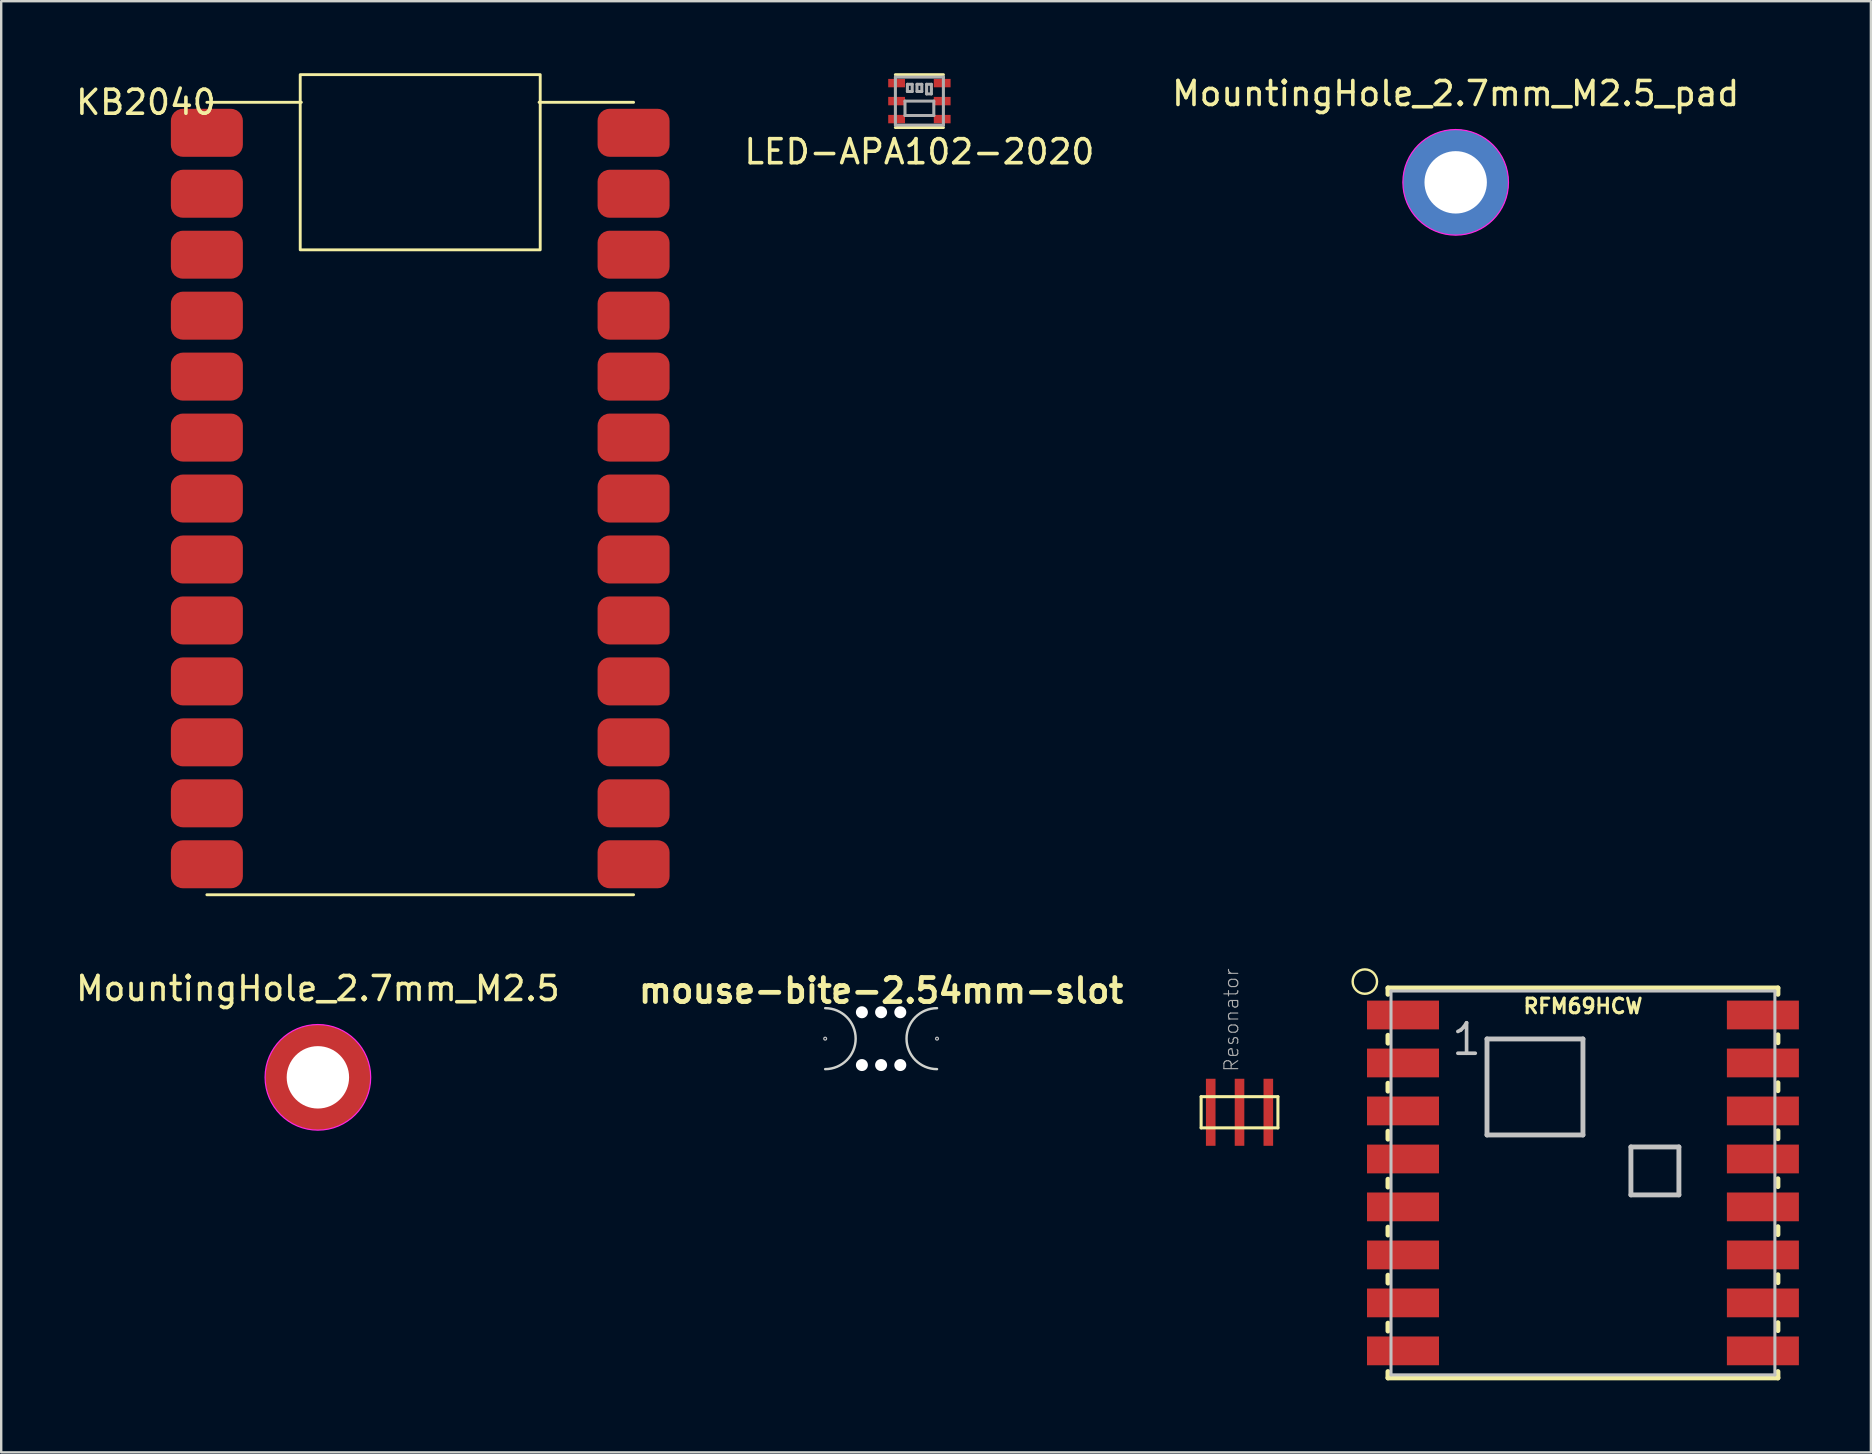
<source format=kicad_pcb>
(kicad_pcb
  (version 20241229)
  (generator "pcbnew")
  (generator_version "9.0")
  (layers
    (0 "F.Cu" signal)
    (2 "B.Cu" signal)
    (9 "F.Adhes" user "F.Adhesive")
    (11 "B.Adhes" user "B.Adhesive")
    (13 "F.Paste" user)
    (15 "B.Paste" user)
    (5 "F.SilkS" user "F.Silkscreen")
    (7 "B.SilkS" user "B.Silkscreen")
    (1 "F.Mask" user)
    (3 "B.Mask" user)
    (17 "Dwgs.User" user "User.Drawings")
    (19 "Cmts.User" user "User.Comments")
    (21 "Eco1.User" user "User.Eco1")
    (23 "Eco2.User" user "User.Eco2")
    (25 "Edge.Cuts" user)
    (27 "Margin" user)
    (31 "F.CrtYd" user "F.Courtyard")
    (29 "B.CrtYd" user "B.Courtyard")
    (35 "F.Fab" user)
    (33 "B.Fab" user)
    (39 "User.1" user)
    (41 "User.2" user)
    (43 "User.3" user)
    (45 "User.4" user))
  (footprint "Resonator"
    (layer "F.Cu")
    (at 48.599 43.297)
    (property "Reference" "Resonator" (at 0 -1.651 90) (layer "F.Fab") (effects (font (size 0.579 0.579) (thickness 0.046)) (justify left bottom)))
    (attr through_hole)
    (fp_line (start -1.6 -0.65) (end 1.6 -0.65) (stroke (width 0.127) (type solid)) (layer "F.SilkS"))
    (fp_line (start -1.6 0.65) (end -1.6 -0.65) (stroke (width 0.127) (type solid)) (layer "F.SilkS"))
    (fp_line (start 1.6 -0.65) (end 1.6 0.65) (stroke (width 0.127) (type solid)) (layer "F.SilkS"))
    (fp_line (start 1.6 0.65) (end -1.6 0.65) (stroke (width 0.127) (type solid)) (layer "F.SilkS"))
    (pad "1" smd rect (at -1.2 0) (size 0.4 2.794) (layers "F.Cu" "F.Mask" "F.Paste"))
    (pad "2" smd rect (at 0 0) (size 0.4 2.794) (layers "F.Cu" "F.Mask" "F.Paste"))
    (pad "3" smd rect (at 1.2 0) (size 0.4 2.794) (layers "F.Cu" "F.Mask" "F.Paste")))
  (footprint "MountingHole_2.7mm_M2.5_pad"
    (layer "F.Cu")
    (at 57.606 4.548)
    (property "Reference" "MountingHole_2.7mm_M2.5_pad" (at 0 -3.7 0) (layer "F.SilkS") (effects (font (size 1 1) (thickness 0.15))))
    (attr exclude_from_pos_files exclude_from_bom)
    (fp_circle (center 0 0) (end 2.2 0) (stroke (width 0.05) (type solid)) (fill no) (layer "F.CrtYd"))
    (pad "1" thru_hole circle (at 0 0) (size 4.4 4.4) (drill 2.6) (layers "*.Cu" "*.Mask")))
  (footprint "MountingHole_2.7mm_M2.5"
    (layer "F.Cu")
    (at 10.196 41.841)
    (property "Reference" "MountingHole_2.7mm_M2.5" (at 0 -3.7 0) (layer "F.SilkS") (effects (font (size 1 1) (thickness 0.15))))
    (attr exclude_from_pos_files exclude_from_bom)
    (fp_circle (center 0 0) (end 2.2 0) (stroke (width 0.05) (type solid)) (fill no) (layer "F.CrtYd"))
    (pad "" np_thru_hole circle (at 0 0) (size 4.4 4.4) (drill 2.6) (layers "F.Cu" "F.Mask")))
  (footprint "LED-APA102-2020"
    (layer "F.Cu")
    (at 35.26 1.163)
    (property "Reference" "LED-APA102-2020" (at 0 2.11 0) (layer "F.SilkS") (effects (font (size 1 1) (thickness 0.15))))
    (attr smd)
    (fp_line (start 1 -1.1) (end -1 -1.1) (stroke (width 0.127) (type solid)) (layer "F.SilkS"))
    (fp_line (start 1 1.1) (end -1 1.1) (stroke (width 0.127) (type solid)) (layer "F.SilkS"))
    (fp_line (start -1 -1) (end 1 -1) (stroke (width 0.127) (type solid)) (layer "F.Fab"))
    (fp_line (start -1 1) (end -1 -1) (stroke (width 0.127) (type solid)) (layer "F.Fab"))
    (fp_line (start -0.6 0) (end 0.6 0) (stroke (width 0.127) (type solid)) (layer "F.Fab"))
    (fp_line (start -0.6 0.6) (end -0.6 0) (stroke (width 0.127) (type solid)) (layer "F.Fab"))
    (fp_line (start -0.5 -0.7) (end -0.3 -0.7) (stroke (width 0.127) (type solid)) (layer "F.Fab"))
    (fp_line (start -0.5 -0.4) (end -0.5 -0.7) (stroke (width 0.127) (type solid)) (layer "F.Fab"))
    (fp_line (start -0.3 -0.7) (end -0.3 -0.4) (stroke (width 0.127) (type solid)) (layer "F.Fab"))
    (fp_line (start -0.3 -0.4) (end -0.5 -0.4) (stroke (width 0.127) (type solid)) (layer "F.Fab"))
    (fp_line (start -0.1 -0.7) (end 0.1 -0.7) (stroke (width 0.127) (type solid)) (layer "F.Fab"))
    (fp_line (start -0.1 -0.4) (end -0.1 -0.7) (stroke (width 0.127) (type solid)) (layer "F.Fab"))
    (fp_line (start 0.1 -0.7) (end 0.1 -0.4) (stroke (width 0.127) (type solid)) (layer "F.Fab"))
    (fp_line (start 0.1 -0.4) (end -0.1 -0.4) (stroke (width 0.127) (type solid)) (layer "F.Fab"))
    (fp_line (start 0.3 -0.7) (end 0.5 -0.7) (stroke (width 0.127) (type solid)) (layer "F.Fab"))
    (fp_line (start 0.3 -0.3) (end 0.3 -0.7) (stroke (width 0.127) (type solid)) (layer "F.Fab"))
    (fp_line (start 0.5 -0.7) (end 0.5 -0.5) (stroke (width 0.127) (type solid)) (layer "F.Fab"))
    (fp_line (start 0.5 -0.5) (end 0.5 -0.3) (stroke (width 0.127) (type solid)) (layer "F.Fab"))
    (fp_line (start 0.5 -0.3) (end 0.3 -0.3) (stroke (width 0.127) (type solid)) (layer "F.Fab"))
    (fp_line (start 0.6 0) (end 0.6 0.6) (stroke (width 0.127) (type solid)) (layer "F.Fab"))
    (fp_line (start 0.6 0.6) (end -0.6 0.6) (stroke (width 0.127) (type solid)) (layer "F.Fab"))
    (fp_line (start 1 -1) (end 1 1) (stroke (width 0.127) (type solid)) (layer "F.Fab"))
    (fp_line (start 1 1) (end -1 1) (stroke (width 0.127) (type solid)) (layer "F.Fab"))
    (pad "1" smd rect (at -0.95 -0.75 180) (size 0.7 0.35) (layers "F.Cu" "F.Mask" "F.Paste"))
    (pad "2" smd rect (at -0.95 0 180) (size 0.7 0.35) (layers "F.Cu" "F.Mask" "F.Paste"))
    (pad "3" smd rect (at -0.95 0.75 180) (size 0.7 0.35) (layers "F.Cu" "F.Mask" "F.Paste"))
    (pad "4" smd rect (at 0.95 0.75 180) (size 0.7 0.35) (layers "F.Cu" "F.Mask" "F.Paste"))
    (pad "5" smd rect (at 0.95 0 180) (size 0.7 0.35) (layers "F.Cu" "F.Mask" "F.Paste"))
    (pad "6" smd rect (at 0.95 -0.75 180) (size 0.7 0.35) (layers "F.Cu" "F.Mask" "F.Paste")))
  (footprint "RFM69HCW"
    (layer "F.Cu")
    (at 62.909 46.241)
    (property "Reference" "RFM69HCW" (at 0 -7.366 0) (layer "F.SilkS") (effects (font (size 0.61 0.61) (thickness 0.127))))
    (attr smd)
    (fp_line (start -8.125 -8.125) (end 8.125 -8.125) (stroke (width 0.203) (type solid)) (layer "F.SilkS"))
    (fp_line (start -8.125 -7.859) (end -8.125 -8.125) (stroke (width 0.203) (type solid)) (layer "F.SilkS"))
    (fp_line (start -8.125 -5.824) (end -8.125 -6.154) (stroke (width 0.203) (type solid)) (layer "F.SilkS"))
    (fp_line (start -8.125 -3.825) (end -8.125 -4.155) (stroke (width 0.203) (type solid)) (layer "F.SilkS"))
    (fp_line (start -8.125 -1.824) (end -8.125 -2.154) (stroke (width 0.203) (type solid)) (layer "F.SilkS"))
    (fp_line (start -8.125 0.173) (end -8.125 -0.155) (stroke (width 0.203) (type solid)) (layer "F.SilkS"))
    (fp_line (start -8.125 2.172) (end -8.125 1.841) (stroke (width 0.203) (type solid)) (layer "F.SilkS"))
    (fp_line (start -8.125 4.173) (end -8.125 3.843) (stroke (width 0.203) (type solid)) (layer "F.SilkS"))
    (fp_line (start -8.125 6.172) (end -8.125 5.842) (stroke (width 0.203) (type solid)) (layer "F.SilkS"))
    (fp_line (start -8.125 8.125) (end -8.125 7.859) (stroke (width 0.203) (type solid)) (layer "F.SilkS"))
    (fp_line (start 8.125 -8.125) (end 8.125 -7.859) (stroke (width 0.203) (type solid)) (layer "F.SilkS"))
    (fp_line (start 8.125 -6.172) (end 8.125 -5.842) (stroke (width 0.203) (type solid)) (layer "F.SilkS"))
    (fp_line (start 8.125 -4.173) (end 8.125 -3.843) (stroke (width 0.203) (type solid)) (layer "F.SilkS"))
    (fp_line (start 8.125 -2.172) (end 8.125 -1.841) (stroke (width 0.203) (type solid)) (layer "F.SilkS"))
    (fp_line (start 8.125 -0.173) (end 8.125 0.155) (stroke (width 0.203) (type solid)) (layer "F.SilkS"))
    (fp_line (start 8.125 1.824) (end 8.125 2.154) (stroke (width 0.203) (type solid)) (layer "F.SilkS"))
    (fp_line (start 8.125 3.825) (end 8.125 4.155) (stroke (width 0.203) (type solid)) (layer "F.SilkS"))
    (fp_line (start 8.125 5.824) (end 8.125 6.154) (stroke (width 0.203) (type solid)) (layer "F.SilkS"))
    (fp_line (start 8.125 7.859) (end 8.125 8.125) (stroke (width 0.203) (type solid)) (layer "F.SilkS"))
    (fp_line (start 8.125 8.125) (end -8.125 8.125) (stroke (width 0.203) (type solid)) (layer "F.SilkS"))
    (fp_circle (center -9.088 -8.39) (end -9.088 -8.898) (stroke (width 0.1) (type solid)) (fill no) (layer "F.SilkS"))
    (fp_line (start -7.998 -7.998) (end -7.998 7.998) (stroke (width 0.127) (type solid)) (layer "Dwgs.User"))
    (fp_line (start -7.998 7.998) (end 7.998 7.998) (stroke (width 0.127) (type solid)) (layer "Dwgs.User"))
    (fp_line (start -3.998 -5.999) (end -3.998 -1.999) (stroke (width 0.203) (type solid)) (layer "Dwgs.User"))
    (fp_line (start -3.998 -1.999) (end 0 -1.999) (stroke (width 0.203) (type solid)) (layer "Dwgs.User"))
    (fp_line (start 0 -5.999) (end -3.998 -5.999) (stroke (width 0.203) (type solid)) (layer "Dwgs.User"))
    (fp_line (start 0 -1.999) (end 0 -5.999) (stroke (width 0.203) (type solid)) (layer "Dwgs.User"))
    (fp_line (start 1.999 0.498) (end 1.999 -1.499) (stroke (width 0.203) (type solid)) (layer "Dwgs.User"))
    (fp_line (start 3.998 -1.499) (end 1.999 -1.499) (stroke (width 0.203) (type solid)) (layer "Dwgs.User"))
    (fp_line (start 3.998 0.498) (end 1.999 0.498) (stroke (width 0.203) (type solid)) (layer "Dwgs.User"))
    (fp_line (start 3.998 0.498) (end 3.998 -1.499) (stroke (width 0.203) (type solid)) (layer "Dwgs.User"))
    (fp_line (start 7.998 -7.998) (end -7.998 -7.998) (stroke (width 0.127) (type solid)) (layer "Dwgs.User"))
    (fp_line (start 7.998 7.998) (end 7.998 -7.998) (stroke (width 0.127) (type solid)) (layer "Dwgs.User"))
    (fp_text user "1" (at -4.849 -5.984 0) (layer "Dwgs.User") (effects (font (size 1.27 1.27) (thickness 0.152))))
    (pad "1" smd rect (at -7.498 -6.998) (size 3 1.199) (layers "F.Cu" "F.Mask" "F.Paste"))
    (pad "2" smd rect (at -7.498 -4.999) (size 3 1.199) (layers "F.Cu" "F.Mask" "F.Paste"))
    (pad "3" smd rect (at -7.498 -3) (size 3 1.199) (layers "F.Cu" "F.Mask" "F.Paste"))
    (pad "4" smd rect (at -7.498 -0.998) (size 3 1.199) (layers "F.Cu" "F.Mask" "F.Paste"))
    (pad "5" smd rect (at -7.498 0.998) (size 3 1.199) (layers "F.Cu" "F.Mask" "F.Paste"))
    (pad "6" smd rect (at -7.498 3) (size 3 1.199) (layers "F.Cu" "F.Mask" "F.Paste"))
    (pad "7" smd rect (at -7.498 4.999) (size 3 1.199) (layers "F.Cu" "F.Mask" "F.Paste"))
    (pad "8" smd rect (at -7.498 6.998) (size 3 1.199) (layers "F.Cu" "F.Mask" "F.Paste"))
    (pad "9" smd rect (at 7.498 6.998) (size 3 1.199) (layers "F.Cu" "F.Mask" "F.Paste"))
    (pad "10" smd rect (at 7.498 4.999) (size 3 1.199) (layers "F.Cu" "F.Mask" "F.Paste"))
    (pad "11" smd rect (at 7.498 3) (size 3 1.199) (layers "F.Cu" "F.Mask" "F.Paste"))
    (pad "12" smd rect (at 7.498 0.998) (size 3 1.199) (layers "F.Cu" "F.Mask" "F.Paste"))
    (pad "13" smd rect (at 7.498 -0.998) (size 3 1.199) (layers "F.Cu" "F.Mask" "F.Paste"))
    (pad "14" smd rect (at 7.498 -3) (size 3 1.199) (layers "F.Cu" "F.Mask" "F.Paste"))
    (pad "15" smd rect (at 7.498 -4.999) (size 3 1.199) (layers "F.Cu" "F.Mask" "F.Paste"))
    (pad "16" smd rect (at 7.498 -6.998) (size 3 1.199) (layers "F.Cu" "F.Mask" "F.Paste")))
  (footprint "mouse-bite-2.54mm-slot"
    (layer "F.Cu")
    (at 33.664 40.229)
    (property "Reference" "mouse-bite-2.54mm-slot" (at 0 -2 0) (layer "F.SilkS") (effects (font (size 1 1) (thickness 0.2))))
    (attr through_hole)
    (fp_circle (center -2.33 0) (end -2.27 0) (stroke (width 0.05) (type solid)) (fill no) (layer "Dwgs.User"))
    (fp_circle (center 2.33 0) (end 2.33 -0.06) (stroke (width 0.05) (type solid)) (fill no) (layer "Dwgs.User"))
    (fp_line (start -2.33 0) (end -2.33 0) (stroke (width 2.54) (type solid)) (layer "Eco1.User"))
    (fp_line (start 2.33 0) (end 2.33 0) (stroke (width 2.54) (type solid)) (layer "Eco1.User"))
    (fp_arc (start -2.33 -1.27) (mid -1.06 0) (end -2.33 1.27) (stroke (width 0.1016) (type solid)) (layer "Edge.Cuts"))
    (fp_arc (start 2.33 1.27) (mid 1.06 0) (end 2.33 -1.27) (stroke (width 0.1016) (type solid)) (layer "Edge.Cuts"))
    (pad "" np_thru_hole circle (at -0.8 -1.1) (size 0.5 0.5) (drill 0.5) (layers "*.Cu" "*.Mask"))
    (pad "" np_thru_hole circle (at -0.8 1.1) (size 0.5 0.5) (drill 0.5) (layers "*.Cu" "*.Mask"))
    (pad "" np_thru_hole circle (at 0 -1.1) (size 0.5 0.5) (drill 0.5) (layers "*.Cu" "*.Mask"))
    (pad "" np_thru_hole circle (at 0 1.1) (size 0.5 0.5) (drill 0.5) (layers "*.Cu" "*.Mask"))
    (pad "" np_thru_hole circle (at 0.8 -1.1) (size 0.5 0.5) (drill 0.5) (layers "*.Cu" "*.Mask"))
    (pad "" np_thru_hole circle (at 0.8 1.1) (size 0.5 0.5) (drill 0.5) (layers "*.Cu" "*.Mask")))
  (footprint "KB2040"
    (layer "F.Cu")
    (at 14.46 17.723)
    (property "Reference" "KB2040" (at -11.43 -16.51 0) (unlocked yes) (layer "F.SilkS") (effects (font (size 1 1) (thickness 0.15))))
    (attr smd)
    (fp_line (start -8.89 -16.51) (end -4.953 -16.51) (stroke (width 0.12) (type solid)) (layer "F.SilkS"))
    (fp_line (start -8.89 16.51) (end 8.89 16.51) (stroke (width 0.12) (type solid)) (layer "F.SilkS"))
    (fp_line (start 8.89 -16.51) (end 4.953 -16.51) (stroke (width 0.12) (type solid)) (layer "F.SilkS"))
    (fp_rect (start -5 -17.663) (end 5 -10.363) (stroke (width 0.12) (type solid)) (fill no) (layer "F.SilkS"))
    (pad "1" smd roundrect (at -8.89 -15.24) (size 3 2) (layers "F.Cu" "F.Mask") (roundrect_rratio 0.25))
    (pad "2" smd roundrect (at -8.89 -12.7) (size 3 2) (layers "F.Cu" "F.Mask") (roundrect_rratio 0.25))
    (pad "3" smd roundrect (at -8.89 -10.16) (size 3 2) (layers "F.Cu" "F.Mask") (roundrect_rratio 0.25))
    (pad "4" smd roundrect (at -8.89 -7.62) (size 3 2) (layers "F.Cu" "F.Mask") (roundrect_rratio 0.25))
    (pad "5" smd roundrect (at -8.89 -5.08) (size 3 2) (layers "F.Cu" "F.Mask") (roundrect_rratio 0.25))
    (pad "6" smd roundrect (at -8.89 -2.54) (size 3 2) (layers "F.Cu" "F.Mask") (roundrect_rratio 0.25))
    (pad "7" smd roundrect (at -8.89 0) (size 3 2) (layers "F.Cu" "F.Mask") (roundrect_rratio 0.25))
    (pad "8" smd roundrect (at -8.89 2.54) (size 3 2) (layers "F.Cu" "F.Mask") (roundrect_rratio 0.25))
    (pad "9" smd roundrect (at -8.89 5.08) (size 3 2) (layers "F.Cu" "F.Mask") (roundrect_rratio 0.25))
    (pad "10" smd roundrect (at -8.89 7.62) (size 3 2) (layers "F.Cu" "F.Mask") (roundrect_rratio 0.25))
    (pad "11" smd roundrect (at -8.89 10.16) (size 3 2) (layers "F.Cu" "F.Mask") (roundrect_rratio 0.25))
    (pad "12" smd roundrect (at -8.89 12.7) (size 3 2) (layers "F.Cu" "F.Mask") (roundrect_rratio 0.25))
    (pad "13" smd roundrect (at -8.89 15.24) (size 3 2) (layers "F.Cu" "F.Mask") (roundrect_rratio 0.25))
    (pad "14" smd roundrect (at 8.89 15.24) (size 3 2) (layers "F.Cu" "F.Mask") (roundrect_rratio 0.25))
    (pad "15" smd roundrect (at 8.89 12.7) (size 3 2) (layers "F.Cu" "F.Mask") (roundrect_rratio 0.25))
    (pad "16" smd roundrect (at 8.89 10.16) (size 3 2) (layers "F.Cu" "F.Mask") (roundrect_rratio 0.25))
    (pad "17" smd roundrect (at 8.89 7.62) (size 3 2) (layers "F.Cu" "F.Mask") (roundrect_rratio 0.25))
    (pad "18" smd roundrect (at 8.89 5.08) (size 3 2) (layers "F.Cu" "F.Mask") (roundrect_rratio 0.25))
    (pad "19" smd roundrect (at 8.89 2.54) (size 3 2) (layers "F.Cu" "F.Mask") (roundrect_rratio 0.25))
    (pad "20" smd roundrect (at 8.89 0) (size 3 2) (layers "F.Cu" "F.Mask") (roundrect_rratio 0.25))
    (pad "21" smd roundrect (at 8.89 -2.54) (size 3 2) (layers "F.Cu" "F.Mask") (roundrect_rratio 0.25))
    (pad "22" smd roundrect (at 8.89 -5.08) (size 3 2) (layers "F.Cu" "F.Mask") (roundrect_rratio 0.25))
    (pad "23" smd roundrect (at 8.89 -7.62) (size 3 2) (layers "F.Cu" "F.Mask") (roundrect_rratio 0.25))
    (pad "24" smd roundrect (at 8.89 -10.16) (size 3 2) (layers "F.Cu" "F.Mask") (roundrect_rratio 0.25))
    (pad "25" smd roundrect (at 8.89 -12.7) (size 3 2) (layers "F.Cu" "F.Mask") (roundrect_rratio 0.25))
    (pad "26" smd roundrect (at 8.89 -15.24) (size 3 2) (layers "F.Cu" "F.Mask") (roundrect_rratio 0.25)))
  (gr_rect
    (start -3 -3)
    (end 74.907 57.468)
    (stroke (width 0.1) (type default))
    (fill no)
    (layer "Edge.Cuts")))
</source>
